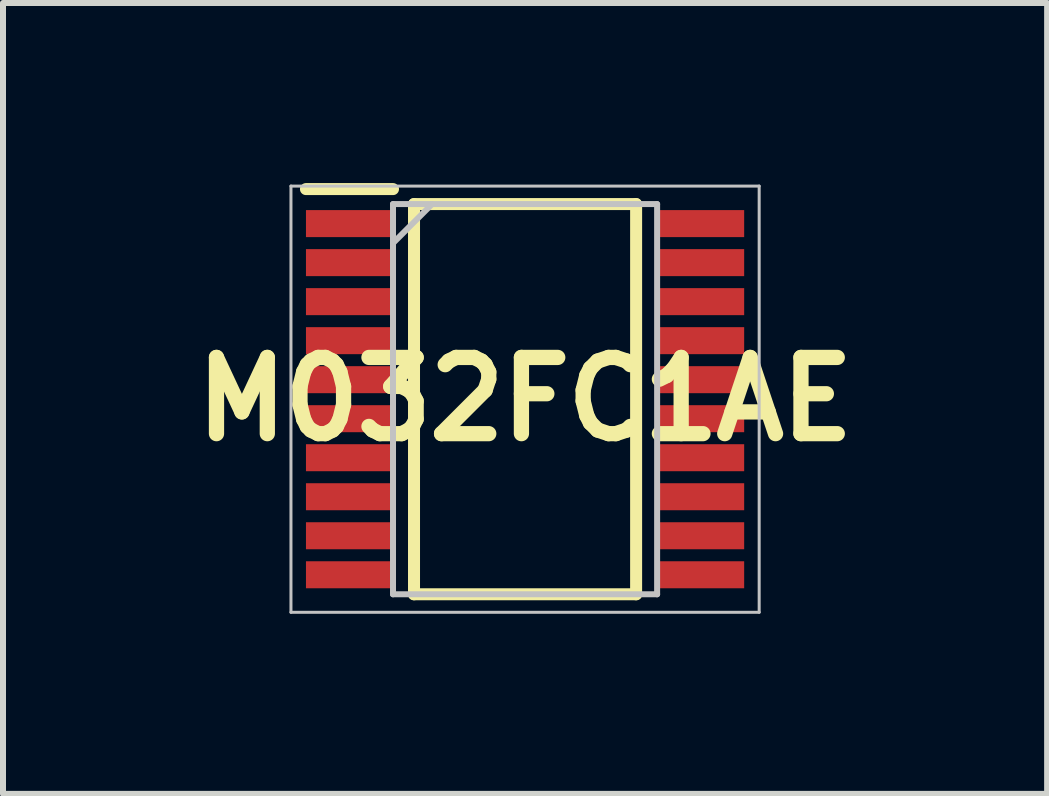
<source format=kicad_pcb>
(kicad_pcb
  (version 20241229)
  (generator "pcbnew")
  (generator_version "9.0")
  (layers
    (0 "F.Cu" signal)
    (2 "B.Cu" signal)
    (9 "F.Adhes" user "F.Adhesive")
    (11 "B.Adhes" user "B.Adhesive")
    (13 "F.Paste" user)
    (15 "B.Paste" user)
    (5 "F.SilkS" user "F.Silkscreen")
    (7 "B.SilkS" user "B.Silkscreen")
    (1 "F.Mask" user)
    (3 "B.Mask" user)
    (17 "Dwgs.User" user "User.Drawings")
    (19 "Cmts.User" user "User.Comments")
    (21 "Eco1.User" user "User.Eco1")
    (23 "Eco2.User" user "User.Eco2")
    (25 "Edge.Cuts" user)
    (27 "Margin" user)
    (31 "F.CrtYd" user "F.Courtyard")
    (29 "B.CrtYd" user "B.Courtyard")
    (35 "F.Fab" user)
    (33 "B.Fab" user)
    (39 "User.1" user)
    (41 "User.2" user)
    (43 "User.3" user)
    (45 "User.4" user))
  (footprint "M032FC1AE"
    (layer "F.Cu")
    (at 5.697 3.6)
    (property "Reference" "M032FC1AE" (at 0 0 0) (layer "F.SilkS") (effects (font (size 1.27 1.27) (thickness 0.254))))
    (attr smd)
    (fp_line (start -3.65 -3.5) (end -2.2 -3.5) (stroke (width 0.2) (type solid)) (layer "F.SilkS"))
    (fp_line (start -1.85 -3.25) (end 1.85 -3.25) (stroke (width 0.2) (type solid)) (layer "F.SilkS"))
    (fp_line (start -1.85 3.25) (end -1.85 -3.25) (stroke (width 0.2) (type solid)) (layer "F.SilkS"))
    (fp_line (start 1.85 -3.25) (end 1.85 3.25) (stroke (width 0.2) (type solid)) (layer "F.SilkS"))
    (fp_line (start 1.85 3.25) (end -1.85 3.25) (stroke (width 0.2) (type solid)) (layer "F.SilkS"))
    (fp_line (start -3.9 -3.55) (end 3.9 -3.55) (stroke (width 0.05) (type solid)) (layer "Dwgs.User"))
    (fp_line (start -3.9 3.55) (end -3.9 -3.55) (stroke (width 0.05) (type solid)) (layer "Dwgs.User"))
    (fp_line (start -2.2 -3.25) (end 2.2 -3.25) (stroke (width 0.1) (type solid)) (layer "Dwgs.User"))
    (fp_line (start -2.2 -2.6) (end -1.55 -3.25) (stroke (width 0.1) (type solid)) (layer "Dwgs.User"))
    (fp_line (start -2.2 3.25) (end -2.2 -3.25) (stroke (width 0.1) (type solid)) (layer "Dwgs.User"))
    (fp_line (start 2.2 -3.25) (end 2.2 3.25) (stroke (width 0.1) (type solid)) (layer "Dwgs.User"))
    (fp_line (start 2.2 3.25) (end -2.2 3.25) (stroke (width 0.1) (type solid)) (layer "Dwgs.User"))
    (fp_line (start 3.9 -3.55) (end 3.9 3.55) (stroke (width 0.05) (type solid)) (layer "Dwgs.User"))
    (fp_line (start 3.9 3.55) (end -3.9 3.55) (stroke (width 0.05) (type solid)) (layer "Dwgs.User"))
    (pad "1" smd rect (at -2.925 -2.925 90) (size 0.45 1.45) (layers "F.Cu" "F.Mask" "F.Paste"))
    (pad "2" smd rect (at -2.925 -2.275 90) (size 0.45 1.45) (layers "F.Cu" "F.Mask" "F.Paste"))
    (pad "3" smd rect (at -2.925 -1.625 90) (size 0.45 1.45) (layers "F.Cu" "F.Mask" "F.Paste"))
    (pad "4" smd rect (at -2.925 -0.975 90) (size 0.45 1.45) (layers "F.Cu" "F.Mask" "F.Paste"))
    (pad "5" smd rect (at -2.925 -0.325 90) (size 0.45 1.45) (layers "F.Cu" "F.Mask" "F.Paste"))
    (pad "6" smd rect (at -2.925 0.325 90) (size 0.45 1.45) (layers "F.Cu" "F.Mask" "F.Paste"))
    (pad "7" smd rect (at -2.925 0.975 90) (size 0.45 1.45) (layers "F.Cu" "F.Mask" "F.Paste"))
    (pad "8" smd rect (at -2.925 1.625 90) (size 0.45 1.45) (layers "F.Cu" "F.Mask" "F.Paste"))
    (pad "9" smd rect (at -2.925 2.275 90) (size 0.45 1.45) (layers "F.Cu" "F.Mask" "F.Paste"))
    (pad "10" smd rect (at -2.925 2.925 90) (size 0.45 1.45) (layers "F.Cu" "F.Mask" "F.Paste"))
    (pad "11" smd rect (at 2.925 2.925 90) (size 0.45 1.45) (layers "F.Cu" "F.Mask" "F.Paste"))
    (pad "12" smd rect (at 2.925 2.275 90) (size 0.45 1.45) (layers "F.Cu" "F.Mask" "F.Paste"))
    (pad "13" smd rect (at 2.925 1.625 90) (size 0.45 1.45) (layers "F.Cu" "F.Mask" "F.Paste"))
    (pad "14" smd rect (at 2.925 0.975 90) (size 0.45 1.45) (layers "F.Cu" "F.Mask" "F.Paste"))
    (pad "15" smd rect (at 2.925 0.325 90) (size 0.45 1.45) (layers "F.Cu" "F.Mask" "F.Paste"))
    (pad "16" smd rect (at 2.925 -0.325 90) (size 0.45 1.45) (layers "F.Cu" "F.Mask" "F.Paste"))
    (pad "17" smd rect (at 2.925 -0.975 90) (size 0.45 1.45) (layers "F.Cu" "F.Mask" "F.Paste"))
    (pad "18" smd rect (at 2.925 -1.625 90) (size 0.45 1.45) (layers "F.Cu" "F.Mask" "F.Paste"))
    (pad "19" smd rect (at 2.925 -2.275 90) (size 0.45 1.45) (layers "F.Cu" "F.Mask" "F.Paste"))
    (pad "20" smd rect (at 2.925 -2.925 90) (size 0.45 1.45) (layers "F.Cu" "F.Mask" "F.Paste")))
  (gr_rect
    (start -3 -3)
    (end 14.394 10.175)
    (stroke (width 0.1) (type default))
    (fill no)
    (layer "Edge.Cuts")))
</source>
